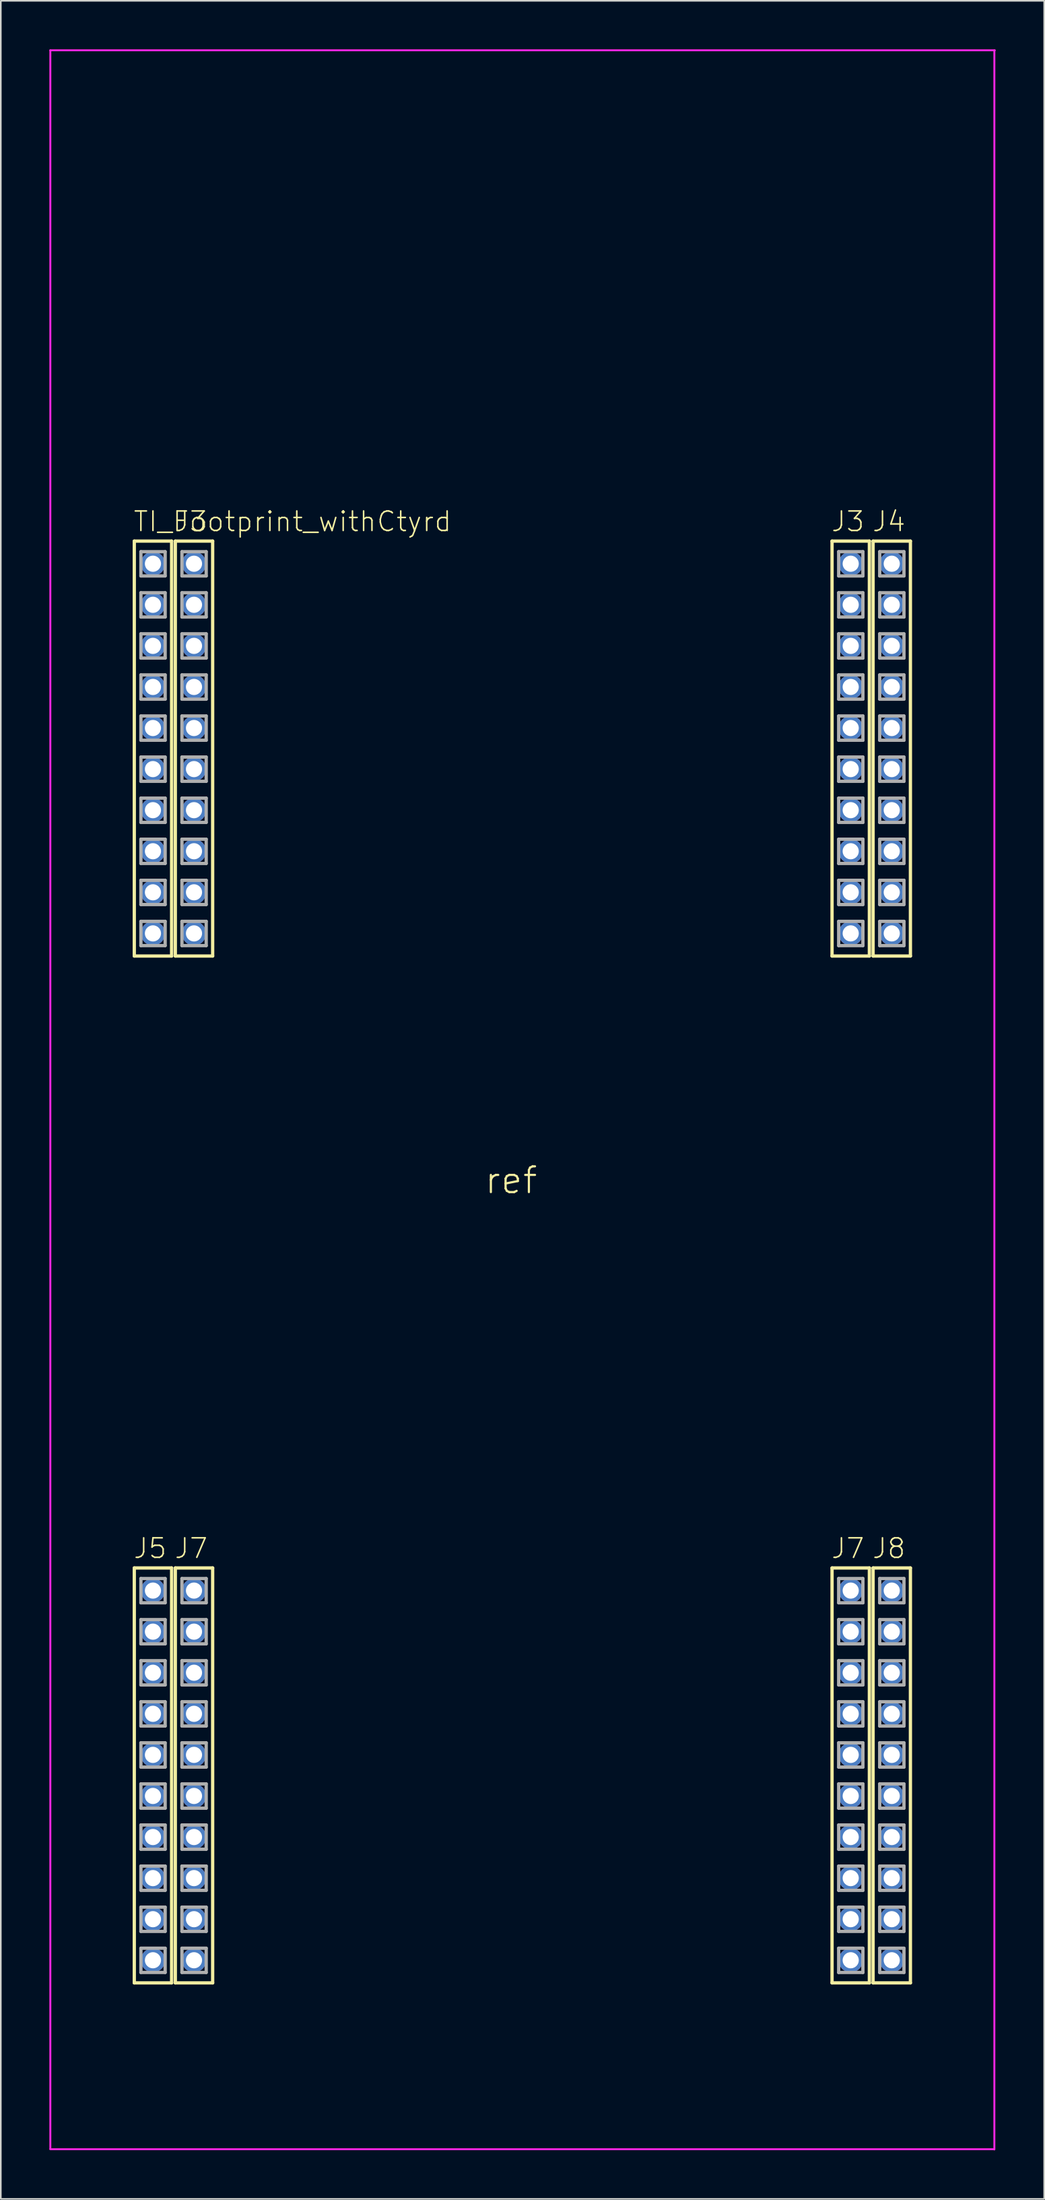
<source format=kicad_pcb>
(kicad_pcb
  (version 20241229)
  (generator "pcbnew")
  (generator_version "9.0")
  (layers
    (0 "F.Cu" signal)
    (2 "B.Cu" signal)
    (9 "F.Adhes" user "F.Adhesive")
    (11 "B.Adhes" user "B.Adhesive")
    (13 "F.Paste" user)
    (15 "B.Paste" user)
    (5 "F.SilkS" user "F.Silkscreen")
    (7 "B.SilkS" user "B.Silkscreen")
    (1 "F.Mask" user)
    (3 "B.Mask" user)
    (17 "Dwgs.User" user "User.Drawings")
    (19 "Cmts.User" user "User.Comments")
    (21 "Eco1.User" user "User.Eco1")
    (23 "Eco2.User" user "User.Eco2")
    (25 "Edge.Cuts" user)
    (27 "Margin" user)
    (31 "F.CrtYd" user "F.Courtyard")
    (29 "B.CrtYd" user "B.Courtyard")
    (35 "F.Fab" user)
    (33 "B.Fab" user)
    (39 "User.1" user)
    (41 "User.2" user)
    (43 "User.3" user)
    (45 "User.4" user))
  (footprint "TI_Footprint_withCtyrd"
    (layer "F.Cu")
    (at 5.26 56.069)
    (property "Reference" "TI_Footprint_withCtyrd" (at -0.115 -26.164 180) (layer "F.SilkS") (effects (font (size 1.206 1.206) (thickness 0.097)) (justify left bottom)))
    (attr through_hole)
    (fp_line (start 0 -25.658) (end 2.31 -25.658) (stroke (width 0.203) (type solid)) (layer "F.SilkS"))
    (fp_line (start 0 0) (end 0 -25.658) (stroke (width 0.203) (type solid)) (layer "F.SilkS"))
    (fp_line (start 0 37.842) (end 2.31 37.842) (stroke (width 0.203) (type solid)) (layer "F.SilkS"))
    (fp_line (start 0 63.5) (end 0 37.842) (stroke (width 0.203) (type solid)) (layer "F.SilkS"))
    (fp_line (start 2.31 -25.658) (end 2.31 0) (stroke (width 0.203) (type solid)) (layer "F.SilkS"))
    (fp_line (start 2.31 0) (end 0 0) (stroke (width 0.203) (type solid)) (layer "F.SilkS"))
    (fp_line (start 2.31 37.842) (end 2.31 63.5) (stroke (width 0.203) (type solid)) (layer "F.SilkS"))
    (fp_line (start 2.31 63.5) (end 0 63.5) (stroke (width 0.203) (type solid)) (layer "F.SilkS"))
    (fp_line (start 2.54 -25.658) (end 4.85 -25.658) (stroke (width 0.203) (type solid)) (layer "F.SilkS"))
    (fp_line (start 2.54 0) (end 2.54 -25.658) (stroke (width 0.203) (type solid)) (layer "F.SilkS"))
    (fp_line (start 2.54 37.842) (end 4.85 37.842) (stroke (width 0.203) (type solid)) (layer "F.SilkS"))
    (fp_line (start 2.54 63.5) (end 2.54 37.842) (stroke (width 0.203) (type solid)) (layer "F.SilkS"))
    (fp_line (start 4.85 -25.658) (end 4.85 0) (stroke (width 0.203) (type solid)) (layer "F.SilkS"))
    (fp_line (start 4.85 0) (end 2.54 0) (stroke (width 0.203) (type solid)) (layer "F.SilkS"))
    (fp_line (start 4.85 37.842) (end 4.85 63.5) (stroke (width 0.203) (type solid)) (layer "F.SilkS"))
    (fp_line (start 4.85 63.5) (end 2.54 63.5) (stroke (width 0.203) (type solid)) (layer "F.SilkS"))
    (fp_line (start 43.18 -25.658) (end 45.49 -25.658) (stroke (width 0.203) (type solid)) (layer "F.SilkS"))
    (fp_line (start 43.18 0) (end 43.18 -25.658) (stroke (width 0.203) (type solid)) (layer "F.SilkS"))
    (fp_line (start 43.18 37.842) (end 45.49 37.842) (stroke (width 0.203) (type solid)) (layer "F.SilkS"))
    (fp_line (start 43.18 63.5) (end 43.18 37.842) (stroke (width 0.203) (type solid)) (layer "F.SilkS"))
    (fp_line (start 45.49 -25.658) (end 45.49 0) (stroke (width 0.203) (type solid)) (layer "F.SilkS"))
    (fp_line (start 45.49 0) (end 43.18 0) (stroke (width 0.203) (type solid)) (layer "F.SilkS"))
    (fp_line (start 45.49 37.842) (end 45.49 63.5) (stroke (width 0.203) (type solid)) (layer "F.SilkS"))
    (fp_line (start 45.49 63.5) (end 43.18 63.5) (stroke (width 0.203) (type solid)) (layer "F.SilkS"))
    (fp_line (start 45.72 -25.658) (end 48.03 -25.658) (stroke (width 0.203) (type solid)) (layer "F.SilkS"))
    (fp_line (start 45.72 0) (end 45.72 -25.658) (stroke (width 0.203) (type solid)) (layer "F.SilkS"))
    (fp_line (start 45.72 37.842) (end 48.03 37.842) (stroke (width 0.203) (type solid)) (layer "F.SilkS"))
    (fp_line (start 45.72 63.5) (end 45.72 37.842) (stroke (width 0.203) (type solid)) (layer "F.SilkS"))
    (fp_line (start 48.03 -25.658) (end 48.03 0) (stroke (width 0.203) (type solid)) (layer "F.SilkS"))
    (fp_line (start 48.03 0) (end 45.72 0) (stroke (width 0.203) (type solid)) (layer "F.SilkS"))
    (fp_line (start 48.03 37.842) (end 48.03 63.5) (stroke (width 0.203) (type solid)) (layer "F.SilkS"))
    (fp_line (start 48.03 63.5) (end 45.72 63.5) (stroke (width 0.203) (type solid)) (layer "F.SilkS"))
    (fp_line (start -5.2 -56.009) (end 53.25 -56.009) (stroke (width 0.12) (type solid)) (layer "F.CrtYd"))
    (fp_line (start -5.2 73.785) (end 53.2 73.785) (stroke (width 0.12) (type solid)) (layer "F.CrtYd"))
    (fp_line (start -5.195 -56) (end -5.195 73.75) (stroke (width 0.12) (type solid)) (layer "F.CrtYd"))
    (fp_line (start 53.225 -56) (end 53.225 73.8) (stroke (width 0.12) (type solid)) (layer "F.CrtYd"))
    (fp_line (start 0.41 -25.004) (end 1.91 -25.004) (stroke (width 0.203) (type solid)) (layer "F.Fab"))
    (fp_line (start 0.41 -23.504) (end 0.41 -25.004) (stroke (width 0.203) (type solid)) (layer "F.Fab"))
    (fp_line (start 0.41 -22.464) (end 1.91 -22.464) (stroke (width 0.203) (type solid)) (layer "F.Fab"))
    (fp_line (start 0.41 -20.964) (end 0.41 -22.464) (stroke (width 0.203) (type solid)) (layer "F.Fab"))
    (fp_line (start 0.41 -19.924) (end 1.91 -19.924) (stroke (width 0.203) (type solid)) (layer "F.Fab"))
    (fp_line (start 0.41 -18.424) (end 0.41 -19.924) (stroke (width 0.203) (type solid)) (layer "F.Fab"))
    (fp_line (start 0.41 -17.384) (end 1.91 -17.384) (stroke (width 0.203) (type solid)) (layer "F.Fab"))
    (fp_line (start 0.41 -15.884) (end 0.41 -17.384) (stroke (width 0.203) (type solid)) (layer "F.Fab"))
    (fp_line (start 0.41 -14.844) (end 1.91 -14.844) (stroke (width 0.203) (type solid)) (layer "F.Fab"))
    (fp_line (start 0.41 -13.344) (end 0.41 -14.844) (stroke (width 0.203) (type solid)) (layer "F.Fab"))
    (fp_line (start 0.41 -12.304) (end 1.91 -12.304) (stroke (width 0.203) (type solid)) (layer "F.Fab"))
    (fp_line (start 0.41 -10.804) (end 0.41 -12.304) (stroke (width 0.203) (type solid)) (layer "F.Fab"))
    (fp_line (start 0.41 -9.764) (end 1.91 -9.764) (stroke (width 0.203) (type solid)) (layer "F.Fab"))
    (fp_line (start 0.41 -8.264) (end 0.41 -9.764) (stroke (width 0.203) (type solid)) (layer "F.Fab"))
    (fp_line (start 0.41 -7.224) (end 1.91 -7.224) (stroke (width 0.203) (type solid)) (layer "F.Fab"))
    (fp_line (start 0.41 -5.724) (end 0.41 -7.224) (stroke (width 0.203) (type solid)) (layer "F.Fab"))
    (fp_line (start 0.41 -4.684) (end 1.91 -4.684) (stroke (width 0.203) (type solid)) (layer "F.Fab"))
    (fp_line (start 0.41 -3.184) (end 0.41 -4.684) (stroke (width 0.203) (type solid)) (layer "F.Fab"))
    (fp_line (start 0.41 -2.144) (end 1.91 -2.144) (stroke (width 0.203) (type solid)) (layer "F.Fab"))
    (fp_line (start 0.41 -0.644) (end 0.41 -2.144) (stroke (width 0.203) (type solid)) (layer "F.Fab"))
    (fp_line (start 0.41 38.496) (end 1.91 38.496) (stroke (width 0.203) (type solid)) (layer "F.Fab"))
    (fp_line (start 0.41 39.996) (end 0.41 38.496) (stroke (width 0.203) (type solid)) (layer "F.Fab"))
    (fp_line (start 0.41 41.036) (end 1.91 41.036) (stroke (width 0.203) (type solid)) (layer "F.Fab"))
    (fp_line (start 0.41 42.536) (end 0.41 41.036) (stroke (width 0.203) (type solid)) (layer "F.Fab"))
    (fp_line (start 0.41 43.576) (end 1.91 43.576) (stroke (width 0.203) (type solid)) (layer "F.Fab"))
    (fp_line (start 0.41 45.076) (end 0.41 43.576) (stroke (width 0.203) (type solid)) (layer "F.Fab"))
    (fp_line (start 0.41 46.116) (end 1.91 46.116) (stroke (width 0.203) (type solid)) (layer "F.Fab"))
    (fp_line (start 0.41 47.616) (end 0.41 46.116) (stroke (width 0.203) (type solid)) (layer "F.Fab"))
    (fp_line (start 0.41 48.656) (end 1.91 48.656) (stroke (width 0.203) (type solid)) (layer "F.Fab"))
    (fp_line (start 0.41 50.156) (end 0.41 48.656) (stroke (width 0.203) (type solid)) (layer "F.Fab"))
    (fp_line (start 0.41 51.196) (end 1.91 51.196) (stroke (width 0.203) (type solid)) (layer "F.Fab"))
    (fp_line (start 0.41 52.696) (end 0.41 51.196) (stroke (width 0.203) (type solid)) (layer "F.Fab"))
    (fp_line (start 0.41 53.736) (end 1.91 53.736) (stroke (width 0.203) (type solid)) (layer "F.Fab"))
    (fp_line (start 0.41 55.236) (end 0.41 53.736) (stroke (width 0.203) (type solid)) (layer "F.Fab"))
    (fp_line (start 0.41 56.276) (end 1.91 56.276) (stroke (width 0.203) (type solid)) (layer "F.Fab"))
    (fp_line (start 0.41 57.776) (end 0.41 56.276) (stroke (width 0.203) (type solid)) (layer "F.Fab"))
    (fp_line (start 0.41 58.816) (end 1.91 58.816) (stroke (width 0.203) (type solid)) (layer "F.Fab"))
    (fp_line (start 0.41 60.316) (end 0.41 58.816) (stroke (width 0.203) (type solid)) (layer "F.Fab"))
    (fp_line (start 0.41 61.356) (end 1.91 61.356) (stroke (width 0.203) (type solid)) (layer "F.Fab"))
    (fp_line (start 0.41 62.856) (end 0.41 61.356) (stroke (width 0.203) (type solid)) (layer "F.Fab"))
    (fp_line (start 1.91 -25.004) (end 1.91 -23.504) (stroke (width 0.203) (type solid)) (layer "F.Fab"))
    (fp_line (start 1.91 -23.504) (end 0.41 -23.504) (stroke (width 0.203) (type solid)) (layer "F.Fab"))
    (fp_line (start 1.91 -22.464) (end 1.91 -20.964) (stroke (width 0.203) (type solid)) (layer "F.Fab"))
    (fp_line (start 1.91 -20.964) (end 0.41 -20.964) (stroke (width 0.203) (type solid)) (layer "F.Fab"))
    (fp_line (start 1.91 -19.924) (end 1.91 -18.424) (stroke (width 0.203) (type solid)) (layer "F.Fab"))
    (fp_line (start 1.91 -18.424) (end 0.41 -18.424) (stroke (width 0.203) (type solid)) (layer "F.Fab"))
    (fp_line (start 1.91 -17.384) (end 1.91 -15.884) (stroke (width 0.203) (type solid)) (layer "F.Fab"))
    (fp_line (start 1.91 -15.884) (end 0.41 -15.884) (stroke (width 0.203) (type solid)) (layer "F.Fab"))
    (fp_line (start 1.91 -14.844) (end 1.91 -13.344) (stroke (width 0.203) (type solid)) (layer "F.Fab"))
    (fp_line (start 1.91 -13.344) (end 0.41 -13.344) (stroke (width 0.203) (type solid)) (layer "F.Fab"))
    (fp_line (start 1.91 -12.304) (end 1.91 -10.804) (stroke (width 0.203) (type solid)) (layer "F.Fab"))
    (fp_line (start 1.91 -10.804) (end 0.41 -10.804) (stroke (width 0.203) (type solid)) (layer "F.Fab"))
    (fp_line (start 1.91 -9.764) (end 1.91 -8.264) (stroke (width 0.203) (type solid)) (layer "F.Fab"))
    (fp_line (start 1.91 -8.264) (end 0.41 -8.264) (stroke (width 0.203) (type solid)) (layer "F.Fab"))
    (fp_line (start 1.91 -7.224) (end 1.91 -5.724) (stroke (width 0.203) (type solid)) (layer "F.Fab"))
    (fp_line (start 1.91 -5.724) (end 0.41 -5.724) (stroke (width 0.203) (type solid)) (layer "F.Fab"))
    (fp_line (start 1.91 -4.684) (end 1.91 -3.184) (stroke (width 0.203) (type solid)) (layer "F.Fab"))
    (fp_line (start 1.91 -3.184) (end 0.41 -3.184) (stroke (width 0.203) (type solid)) (layer "F.Fab"))
    (fp_line (start 1.91 -2.144) (end 1.91 -0.644) (stroke (width 0.203) (type solid)) (layer "F.Fab"))
    (fp_line (start 1.91 -0.644) (end 0.41 -0.644) (stroke (width 0.203) (type solid)) (layer "F.Fab"))
    (fp_line (start 1.91 38.496) (end 1.91 39.996) (stroke (width 0.203) (type solid)) (layer "F.Fab"))
    (fp_line (start 1.91 39.996) (end 0.41 39.996) (stroke (width 0.203) (type solid)) (layer "F.Fab"))
    (fp_line (start 1.91 41.036) (end 1.91 42.536) (stroke (width 0.203) (type solid)) (layer "F.Fab"))
    (fp_line (start 1.91 42.536) (end 0.41 42.536) (stroke (width 0.203) (type solid)) (layer "F.Fab"))
    (fp_line (start 1.91 43.576) (end 1.91 45.076) (stroke (width 0.203) (type solid)) (layer "F.Fab"))
    (fp_line (start 1.91 45.076) (end 0.41 45.076) (stroke (width 0.203) (type solid)) (layer "F.Fab"))
    (fp_line (start 1.91 46.116) (end 1.91 47.616) (stroke (width 0.203) (type solid)) (layer "F.Fab"))
    (fp_line (start 1.91 47.616) (end 0.41 47.616) (stroke (width 0.203) (type solid)) (layer "F.Fab"))
    (fp_line (start 1.91 48.656) (end 1.91 50.156) (stroke (width 0.203) (type solid)) (layer "F.Fab"))
    (fp_line (start 1.91 50.156) (end 0.41 50.156) (stroke (width 0.203) (type solid)) (layer "F.Fab"))
    (fp_line (start 1.91 51.196) (end 1.91 52.696) (stroke (width 0.203) (type solid)) (layer "F.Fab"))
    (fp_line (start 1.91 52.696) (end 0.41 52.696) (stroke (width 0.203) (type solid)) (layer "F.Fab"))
    (fp_line (start 1.91 53.736) (end 1.91 55.236) (stroke (width 0.203) (type solid)) (layer "F.Fab"))
    (fp_line (start 1.91 55.236) (end 0.41 55.236) (stroke (width 0.203) (type solid)) (layer "F.Fab"))
    (fp_line (start 1.91 56.276) (end 1.91 57.776) (stroke (width 0.203) (type solid)) (layer "F.Fab"))
    (fp_line (start 1.91 57.776) (end 0.41 57.776) (stroke (width 0.203) (type solid)) (layer "F.Fab"))
    (fp_line (start 1.91 58.816) (end 1.91 60.316) (stroke (width 0.203) (type solid)) (layer "F.Fab"))
    (fp_line (start 1.91 60.316) (end 0.41 60.316) (stroke (width 0.203) (type solid)) (layer "F.Fab"))
    (fp_line (start 1.91 61.356) (end 1.91 62.856) (stroke (width 0.203) (type solid)) (layer "F.Fab"))
    (fp_line (start 1.91 62.856) (end 0.41 62.856) (stroke (width 0.203) (type solid)) (layer "F.Fab"))
    (fp_line (start 2.95 -25.004) (end 4.45 -25.004) (stroke (width 0.203) (type solid)) (layer "F.Fab"))
    (fp_line (start 2.95 -23.504) (end 2.95 -25.004) (stroke (width 0.203) (type solid)) (layer "F.Fab"))
    (fp_line (start 2.95 -22.464) (end 4.45 -22.464) (stroke (width 0.203) (type solid)) (layer "F.Fab"))
    (fp_line (start 2.95 -20.964) (end 2.95 -22.464) (stroke (width 0.203) (type solid)) (layer "F.Fab"))
    (fp_line (start 2.95 -19.924) (end 4.45 -19.924) (stroke (width 0.203) (type solid)) (layer "F.Fab"))
    (fp_line (start 2.95 -18.424) (end 2.95 -19.924) (stroke (width 0.203) (type solid)) (layer "F.Fab"))
    (fp_line (start 2.95 -17.384) (end 4.45 -17.384) (stroke (width 0.203) (type solid)) (layer "F.Fab"))
    (fp_line (start 2.95 -15.884) (end 2.95 -17.384) (stroke (width 0.203) (type solid)) (layer "F.Fab"))
    (fp_line (start 2.95 -14.844) (end 4.45 -14.844) (stroke (width 0.203) (type solid)) (layer "F.Fab"))
    (fp_line (start 2.95 -13.344) (end 2.95 -14.844) (stroke (width 0.203) (type solid)) (layer "F.Fab"))
    (fp_line (start 2.95 -12.304) (end 4.45 -12.304) (stroke (width 0.203) (type solid)) (layer "F.Fab"))
    (fp_line (start 2.95 -10.804) (end 2.95 -12.304) (stroke (width 0.203) (type solid)) (layer "F.Fab"))
    (fp_line (start 2.95 -9.764) (end 4.45 -9.764) (stroke (width 0.203) (type solid)) (layer "F.Fab"))
    (fp_line (start 2.95 -8.264) (end 2.95 -9.764) (stroke (width 0.203) (type solid)) (layer "F.Fab"))
    (fp_line (start 2.95 -7.224) (end 4.45 -7.224) (stroke (width 0.203) (type solid)) (layer "F.Fab"))
    (fp_line (start 2.95 -5.724) (end 2.95 -7.224) (stroke (width 0.203) (type solid)) (layer "F.Fab"))
    (fp_line (start 2.95 -4.684) (end 4.45 -4.684) (stroke (width 0.203) (type solid)) (layer "F.Fab"))
    (fp_line (start 2.95 -3.184) (end 2.95 -4.684) (stroke (width 0.203) (type solid)) (layer "F.Fab"))
    (fp_line (start 2.95 -2.144) (end 4.45 -2.144) (stroke (width 0.203) (type solid)) (layer "F.Fab"))
    (fp_line (start 2.95 -0.644) (end 2.95 -2.144) (stroke (width 0.203) (type solid)) (layer "F.Fab"))
    (fp_line (start 2.95 38.496) (end 4.45 38.496) (stroke (width 0.203) (type solid)) (layer "F.Fab"))
    (fp_line (start 2.95 39.996) (end 2.95 38.496) (stroke (width 0.203) (type solid)) (layer "F.Fab"))
    (fp_line (start 2.95 41.036) (end 4.45 41.036) (stroke (width 0.203) (type solid)) (layer "F.Fab"))
    (fp_line (start 2.95 42.536) (end 2.95 41.036) (stroke (width 0.203) (type solid)) (layer "F.Fab"))
    (fp_line (start 2.95 43.576) (end 4.45 43.576) (stroke (width 0.203) (type solid)) (layer "F.Fab"))
    (fp_line (start 2.95 45.076) (end 2.95 43.576) (stroke (width 0.203) (type solid)) (layer "F.Fab"))
    (fp_line (start 2.95 46.116) (end 4.45 46.116) (stroke (width 0.203) (type solid)) (layer "F.Fab"))
    (fp_line (start 2.95 47.616) (end 2.95 46.116) (stroke (width 0.203) (type solid)) (layer "F.Fab"))
    (fp_line (start 2.95 48.656) (end 4.45 48.656) (stroke (width 0.203) (type solid)) (layer "F.Fab"))
    (fp_line (start 2.95 50.156) (end 2.95 48.656) (stroke (width 0.203) (type solid)) (layer "F.Fab"))
    (fp_line (start 2.95 51.196) (end 4.45 51.196) (stroke (width 0.203) (type solid)) (layer "F.Fab"))
    (fp_line (start 2.95 52.696) (end 2.95 51.196) (stroke (width 0.203) (type solid)) (layer "F.Fab"))
    (fp_line (start 2.95 53.736) (end 4.45 53.736) (stroke (width 0.203) (type solid)) (layer "F.Fab"))
    (fp_line (start 2.95 55.236) (end 2.95 53.736) (stroke (width 0.203) (type solid)) (layer "F.Fab"))
    (fp_line (start 2.95 56.276) (end 4.45 56.276) (stroke (width 0.203) (type solid)) (layer "F.Fab"))
    (fp_line (start 2.95 57.776) (end 2.95 56.276) (stroke (width 0.203) (type solid)) (layer "F.Fab"))
    (fp_line (start 2.95 58.816) (end 4.45 58.816) (stroke (width 0.203) (type solid)) (layer "F.Fab"))
    (fp_line (start 2.95 60.316) (end 2.95 58.816) (stroke (width 0.203) (type solid)) (layer "F.Fab"))
    (fp_line (start 2.95 61.356) (end 4.45 61.356) (stroke (width 0.203) (type solid)) (layer "F.Fab"))
    (fp_line (start 2.95 62.856) (end 2.95 61.356) (stroke (width 0.203) (type solid)) (layer "F.Fab"))
    (fp_line (start 4.45 -25.004) (end 4.45 -23.504) (stroke (width 0.203) (type solid)) (layer "F.Fab"))
    (fp_line (start 4.45 -23.504) (end 2.95 -23.504) (stroke (width 0.203) (type solid)) (layer "F.Fab"))
    (fp_line (start 4.45 -22.464) (end 4.45 -20.964) (stroke (width 0.203) (type solid)) (layer "F.Fab"))
    (fp_line (start 4.45 -20.964) (end 2.95 -20.964) (stroke (width 0.203) (type solid)) (layer "F.Fab"))
    (fp_line (start 4.45 -19.924) (end 4.45 -18.424) (stroke (width 0.203) (type solid)) (layer "F.Fab"))
    (fp_line (start 4.45 -18.424) (end 2.95 -18.424) (stroke (width 0.203) (type solid)) (layer "F.Fab"))
    (fp_line (start 4.45 -17.384) (end 4.45 -15.884) (stroke (width 0.203) (type solid)) (layer "F.Fab"))
    (fp_line (start 4.45 -15.884) (end 2.95 -15.884) (stroke (width 0.203) (type solid)) (layer "F.Fab"))
    (fp_line (start 4.45 -14.844) (end 4.45 -13.344) (stroke (width 0.203) (type solid)) (layer "F.Fab"))
    (fp_line (start 4.45 -13.344) (end 2.95 -13.344) (stroke (width 0.203) (type solid)) (layer "F.Fab"))
    (fp_line (start 4.45 -12.304) (end 4.45 -10.804) (stroke (width 0.203) (type solid)) (layer "F.Fab"))
    (fp_line (start 4.45 -10.804) (end 2.95 -10.804) (stroke (width 0.203) (type solid)) (layer "F.Fab"))
    (fp_line (start 4.45 -9.764) (end 4.45 -8.264) (stroke (width 0.203) (type solid)) (layer "F.Fab"))
    (fp_line (start 4.45 -8.264) (end 2.95 -8.264) (stroke (width 0.203) (type solid)) (layer "F.Fab"))
    (fp_line (start 4.45 -7.224) (end 4.45 -5.724) (stroke (width 0.203) (type solid)) (layer "F.Fab"))
    (fp_line (start 4.45 -5.724) (end 2.95 -5.724) (stroke (width 0.203) (type solid)) (layer "F.Fab"))
    (fp_line (start 4.45 -4.684) (end 4.45 -3.184) (stroke (width 0.203) (type solid)) (layer "F.Fab"))
    (fp_line (start 4.45 -3.184) (end 2.95 -3.184) (stroke (width 0.203) (type solid)) (layer "F.Fab"))
    (fp_line (start 4.45 -2.144) (end 4.45 -0.644) (stroke (width 0.203) (type solid)) (layer "F.Fab"))
    (fp_line (start 4.45 -0.644) (end 2.95 -0.644) (stroke (width 0.203) (type solid)) (layer "F.Fab"))
    (fp_line (start 4.45 38.496) (end 4.45 39.996) (stroke (width 0.203) (type solid)) (layer "F.Fab"))
    (fp_line (start 4.45 39.996) (end 2.95 39.996) (stroke (width 0.203) (type solid)) (layer "F.Fab"))
    (fp_line (start 4.45 41.036) (end 4.45 42.536) (stroke (width 0.203) (type solid)) (layer "F.Fab"))
    (fp_line (start 4.45 42.536) (end 2.95 42.536) (stroke (width 0.203) (type solid)) (layer "F.Fab"))
    (fp_line (start 4.45 43.576) (end 4.45 45.076) (stroke (width 0.203) (type solid)) (layer "F.Fab"))
    (fp_line (start 4.45 45.076) (end 2.95 45.076) (stroke (width 0.203) (type solid)) (layer "F.Fab"))
    (fp_line (start 4.45 46.116) (end 4.45 47.616) (stroke (width 0.203) (type solid)) (layer "F.Fab"))
    (fp_line (start 4.45 47.616) (end 2.95 47.616) (stroke (width 0.203) (type solid)) (layer "F.Fab"))
    (fp_line (start 4.45 48.656) (end 4.45 50.156) (stroke (width 0.203) (type solid)) (layer "F.Fab"))
    (fp_line (start 4.45 50.156) (end 2.95 50.156) (stroke (width 0.203) (type solid)) (layer "F.Fab"))
    (fp_line (start 4.45 51.196) (end 4.45 52.696) (stroke (width 0.203) (type solid)) (layer "F.Fab"))
    (fp_line (start 4.45 52.696) (end 2.95 52.696) (stroke (width 0.203) (type solid)) (layer "F.Fab"))
    (fp_line (start 4.45 53.736) (end 4.45 55.236) (stroke (width 0.203) (type solid)) (layer "F.Fab"))
    (fp_line (start 4.45 55.236) (end 2.95 55.236) (stroke (width 0.203) (type solid)) (layer "F.Fab"))
    (fp_line (start 4.45 56.276) (end 4.45 57.776) (stroke (width 0.203) (type solid)) (layer "F.Fab"))
    (fp_line (start 4.45 57.776) (end 2.95 57.776) (stroke (width 0.203) (type solid)) (layer "F.Fab"))
    (fp_line (start 4.45 58.816) (end 4.45 60.316) (stroke (width 0.203) (type solid)) (layer "F.Fab"))
    (fp_line (start 4.45 60.316) (end 2.95 60.316) (stroke (width 0.203) (type solid)) (layer "F.Fab"))
    (fp_line (start 4.45 61.356) (end 4.45 62.856) (stroke (width 0.203) (type solid)) (layer "F.Fab"))
    (fp_line (start 4.45 62.856) (end 2.95 62.856) (stroke (width 0.203) (type solid)) (layer "F.Fab"))
    (fp_line (start 43.59 -25.004) (end 45.09 -25.004) (stroke (width 0.203) (type solid)) (layer "F.Fab"))
    (fp_line (start 43.59 -23.504) (end 43.59 -25.004) (stroke (width 0.203) (type solid)) (layer "F.Fab"))
    (fp_line (start 43.59 -22.464) (end 45.09 -22.464) (stroke (width 0.203) (type solid)) (layer "F.Fab"))
    (fp_line (start 43.59 -20.964) (end 43.59 -22.464) (stroke (width 0.203) (type solid)) (layer "F.Fab"))
    (fp_line (start 43.59 -19.924) (end 45.09 -19.924) (stroke (width 0.203) (type solid)) (layer "F.Fab"))
    (fp_line (start 43.59 -18.424) (end 43.59 -19.924) (stroke (width 0.203) (type solid)) (layer "F.Fab"))
    (fp_line (start 43.59 -17.384) (end 45.09 -17.384) (stroke (width 0.203) (type solid)) (layer "F.Fab"))
    (fp_line (start 43.59 -15.884) (end 43.59 -17.384) (stroke (width 0.203) (type solid)) (layer "F.Fab"))
    (fp_line (start 43.59 -14.844) (end 45.09 -14.844) (stroke (width 0.203) (type solid)) (layer "F.Fab"))
    (fp_line (start 43.59 -13.344) (end 43.59 -14.844) (stroke (width 0.203) (type solid)) (layer "F.Fab"))
    (fp_line (start 43.59 -12.304) (end 45.09 -12.304) (stroke (width 0.203) (type solid)) (layer "F.Fab"))
    (fp_line (start 43.59 -10.804) (end 43.59 -12.304) (stroke (width 0.203) (type solid)) (layer "F.Fab"))
    (fp_line (start 43.59 -9.764) (end 45.09 -9.764) (stroke (width 0.203) (type solid)) (layer "F.Fab"))
    (fp_line (start 43.59 -8.264) (end 43.59 -9.764) (stroke (width 0.203) (type solid)) (layer "F.Fab"))
    (fp_line (start 43.59 -7.224) (end 45.09 -7.224) (stroke (width 0.203) (type solid)) (layer "F.Fab"))
    (fp_line (start 43.59 -5.724) (end 43.59 -7.224) (stroke (width 0.203) (type solid)) (layer "F.Fab"))
    (fp_line (start 43.59 -4.684) (end 45.09 -4.684) (stroke (width 0.203) (type solid)) (layer "F.Fab"))
    (fp_line (start 43.59 -3.184) (end 43.59 -4.684) (stroke (width 0.203) (type solid)) (layer "F.Fab"))
    (fp_line (start 43.59 -2.144) (end 45.09 -2.144) (stroke (width 0.203) (type solid)) (layer "F.Fab"))
    (fp_line (start 43.59 -0.644) (end 43.59 -2.144) (stroke (width 0.203) (type solid)) (layer "F.Fab"))
    (fp_line (start 43.59 38.496) (end 45.09 38.496) (stroke (width 0.203) (type solid)) (layer "F.Fab"))
    (fp_line (start 43.59 39.996) (end 43.59 38.496) (stroke (width 0.203) (type solid)) (layer "F.Fab"))
    (fp_line (start 43.59 41.036) (end 45.09 41.036) (stroke (width 0.203) (type solid)) (layer "F.Fab"))
    (fp_line (start 43.59 42.536) (end 43.59 41.036) (stroke (width 0.203) (type solid)) (layer "F.Fab"))
    (fp_line (start 43.59 43.576) (end 45.09 43.576) (stroke (width 0.203) (type solid)) (layer "F.Fab"))
    (fp_line (start 43.59 45.076) (end 43.59 43.576) (stroke (width 0.203) (type solid)) (layer "F.Fab"))
    (fp_line (start 43.59 46.116) (end 45.09 46.116) (stroke (width 0.203) (type solid)) (layer "F.Fab"))
    (fp_line (start 43.59 47.616) (end 43.59 46.116) (stroke (width 0.203) (type solid)) (layer "F.Fab"))
    (fp_line (start 43.59 48.656) (end 45.09 48.656) (stroke (width 0.203) (type solid)) (layer "F.Fab"))
    (fp_line (start 43.59 50.156) (end 43.59 48.656) (stroke (width 0.203) (type solid)) (layer "F.Fab"))
    (fp_line (start 43.59 51.196) (end 45.09 51.196) (stroke (width 0.203) (type solid)) (layer "F.Fab"))
    (fp_line (start 43.59 52.696) (end 43.59 51.196) (stroke (width 0.203) (type solid)) (layer "F.Fab"))
    (fp_line (start 43.59 53.736) (end 45.09 53.736) (stroke (width 0.203) (type solid)) (layer "F.Fab"))
    (fp_line (start 43.59 55.236) (end 43.59 53.736) (stroke (width 0.203) (type solid)) (layer "F.Fab"))
    (fp_line (start 43.59 56.276) (end 45.09 56.276) (stroke (width 0.203) (type solid)) (layer "F.Fab"))
    (fp_line (start 43.59 57.776) (end 43.59 56.276) (stroke (width 0.203) (type solid)) (layer "F.Fab"))
    (fp_line (start 43.59 58.816) (end 45.09 58.816) (stroke (width 0.203) (type solid)) (layer "F.Fab"))
    (fp_line (start 43.59 60.316) (end 43.59 58.816) (stroke (width 0.203) (type solid)) (layer "F.Fab"))
    (fp_line (start 43.59 61.356) (end 45.09 61.356) (stroke (width 0.203) (type solid)) (layer "F.Fab"))
    (fp_line (start 43.59 62.856) (end 43.59 61.356) (stroke (width 0.203) (type solid)) (layer "F.Fab"))
    (fp_line (start 45.09 -25.004) (end 45.09 -23.504) (stroke (width 0.203) (type solid)) (layer "F.Fab"))
    (fp_line (start 45.09 -23.504) (end 43.59 -23.504) (stroke (width 0.203) (type solid)) (layer "F.Fab"))
    (fp_line (start 45.09 -22.464) (end 45.09 -20.964) (stroke (width 0.203) (type solid)) (layer "F.Fab"))
    (fp_line (start 45.09 -20.964) (end 43.59 -20.964) (stroke (width 0.203) (type solid)) (layer "F.Fab"))
    (fp_line (start 45.09 -19.924) (end 45.09 -18.424) (stroke (width 0.203) (type solid)) (layer "F.Fab"))
    (fp_line (start 45.09 -18.424) (end 43.59 -18.424) (stroke (width 0.203) (type solid)) (layer "F.Fab"))
    (fp_line (start 45.09 -17.384) (end 45.09 -15.884) (stroke (width 0.203) (type solid)) (layer "F.Fab"))
    (fp_line (start 45.09 -15.884) (end 43.59 -15.884) (stroke (width 0.203) (type solid)) (layer "F.Fab"))
    (fp_line (start 45.09 -14.844) (end 45.09 -13.344) (stroke (width 0.203) (type solid)) (layer "F.Fab"))
    (fp_line (start 45.09 -13.344) (end 43.59 -13.344) (stroke (width 0.203) (type solid)) (layer "F.Fab"))
    (fp_line (start 45.09 -12.304) (end 45.09 -10.804) (stroke (width 0.203) (type solid)) (layer "F.Fab"))
    (fp_line (start 45.09 -10.804) (end 43.59 -10.804) (stroke (width 0.203) (type solid)) (layer "F.Fab"))
    (fp_line (start 45.09 -9.764) (end 45.09 -8.264) (stroke (width 0.203) (type solid)) (layer "F.Fab"))
    (fp_line (start 45.09 -8.264) (end 43.59 -8.264) (stroke (width 0.203) (type solid)) (layer "F.Fab"))
    (fp_line (start 45.09 -7.224) (end 45.09 -5.724) (stroke (width 0.203) (type solid)) (layer "F.Fab"))
    (fp_line (start 45.09 -5.724) (end 43.59 -5.724) (stroke (width 0.203) (type solid)) (layer "F.Fab"))
    (fp_line (start 45.09 -4.684) (end 45.09 -3.184) (stroke (width 0.203) (type solid)) (layer "F.Fab"))
    (fp_line (start 45.09 -3.184) (end 43.59 -3.184) (stroke (width 0.203) (type solid)) (layer "F.Fab"))
    (fp_line (start 45.09 -2.144) (end 45.09 -0.644) (stroke (width 0.203) (type solid)) (layer "F.Fab"))
    (fp_line (start 45.09 -0.644) (end 43.59 -0.644) (stroke (width 0.203) (type solid)) (layer "F.Fab"))
    (fp_line (start 45.09 38.496) (end 45.09 39.996) (stroke (width 0.203) (type solid)) (layer "F.Fab"))
    (fp_line (start 45.09 39.996) (end 43.59 39.996) (stroke (width 0.203) (type solid)) (layer "F.Fab"))
    (fp_line (start 45.09 41.036) (end 45.09 42.536) (stroke (width 0.203) (type solid)) (layer "F.Fab"))
    (fp_line (start 45.09 42.536) (end 43.59 42.536) (stroke (width 0.203) (type solid)) (layer "F.Fab"))
    (fp_line (start 45.09 43.576) (end 45.09 45.076) (stroke (width 0.203) (type solid)) (layer "F.Fab"))
    (fp_line (start 45.09 45.076) (end 43.59 45.076) (stroke (width 0.203) (type solid)) (layer "F.Fab"))
    (fp_line (start 45.09 46.116) (end 45.09 47.616) (stroke (width 0.203) (type solid)) (layer "F.Fab"))
    (fp_line (start 45.09 47.616) (end 43.59 47.616) (stroke (width 0.203) (type solid)) (layer "F.Fab"))
    (fp_line (start 45.09 48.656) (end 45.09 50.156) (stroke (width 0.203) (type solid)) (layer "F.Fab"))
    (fp_line (start 45.09 50.156) (end 43.59 50.156) (stroke (width 0.203) (type solid)) (layer "F.Fab"))
    (fp_line (start 45.09 51.196) (end 45.09 52.696) (stroke (width 0.203) (type solid)) (layer "F.Fab"))
    (fp_line (start 45.09 52.696) (end 43.59 52.696) (stroke (width 0.203) (type solid)) (layer "F.Fab"))
    (fp_line (start 45.09 53.736) (end 45.09 55.236) (stroke (width 0.203) (type solid)) (layer "F.Fab"))
    (fp_line (start 45.09 55.236) (end 43.59 55.236) (stroke (width 0.203) (type solid)) (layer "F.Fab"))
    (fp_line (start 45.09 56.276) (end 45.09 57.776) (stroke (width 0.203) (type solid)) (layer "F.Fab"))
    (fp_line (start 45.09 57.776) (end 43.59 57.776) (stroke (width 0.203) (type solid)) (layer "F.Fab"))
    (fp_line (start 45.09 58.816) (end 45.09 60.316) (stroke (width 0.203) (type solid)) (layer "F.Fab"))
    (fp_line (start 45.09 60.316) (end 43.59 60.316) (stroke (width 0.203) (type solid)) (layer "F.Fab"))
    (fp_line (start 45.09 61.356) (end 45.09 62.856) (stroke (width 0.203) (type solid)) (layer "F.Fab"))
    (fp_line (start 45.09 62.856) (end 43.59 62.856) (stroke (width 0.203) (type solid)) (layer "F.Fab"))
    (fp_line (start 46.13 -25.004) (end 47.63 -25.004) (stroke (width 0.203) (type solid)) (layer "F.Fab"))
    (fp_line (start 46.13 -23.504) (end 46.13 -25.004) (stroke (width 0.203) (type solid)) (layer "F.Fab"))
    (fp_line (start 46.13 -22.464) (end 47.63 -22.464) (stroke (width 0.203) (type solid)) (layer "F.Fab"))
    (fp_line (start 46.13 -20.964) (end 46.13 -22.464) (stroke (width 0.203) (type solid)) (layer "F.Fab"))
    (fp_line (start 46.13 -19.924) (end 47.63 -19.924) (stroke (width 0.203) (type solid)) (layer "F.Fab"))
    (fp_line (start 46.13 -18.424) (end 46.13 -19.924) (stroke (width 0.203) (type solid)) (layer "F.Fab"))
    (fp_line (start 46.13 -17.384) (end 47.63 -17.384) (stroke (width 0.203) (type solid)) (layer "F.Fab"))
    (fp_line (start 46.13 -15.884) (end 46.13 -17.384) (stroke (width 0.203) (type solid)) (layer "F.Fab"))
    (fp_line (start 46.13 -14.844) (end 47.63 -14.844) (stroke (width 0.203) (type solid)) (layer "F.Fab"))
    (fp_line (start 46.13 -13.344) (end 46.13 -14.844) (stroke (width 0.203) (type solid)) (layer "F.Fab"))
    (fp_line (start 46.13 -12.304) (end 47.63 -12.304) (stroke (width 0.203) (type solid)) (layer "F.Fab"))
    (fp_line (start 46.13 -10.804) (end 46.13 -12.304) (stroke (width 0.203) (type solid)) (layer "F.Fab"))
    (fp_line (start 46.13 -9.764) (end 47.63 -9.764) (stroke (width 0.203) (type solid)) (layer "F.Fab"))
    (fp_line (start 46.13 -8.264) (end 46.13 -9.764) (stroke (width 0.203) (type solid)) (layer "F.Fab"))
    (fp_line (start 46.13 -7.224) (end 47.63 -7.224) (stroke (width 0.203) (type solid)) (layer "F.Fab"))
    (fp_line (start 46.13 -5.724) (end 46.13 -7.224) (stroke (width 0.203) (type solid)) (layer "F.Fab"))
    (fp_line (start 46.13 -4.684) (end 47.63 -4.684) (stroke (width 0.203) (type solid)) (layer "F.Fab"))
    (fp_line (start 46.13 -3.184) (end 46.13 -4.684) (stroke (width 0.203) (type solid)) (layer "F.Fab"))
    (fp_line (start 46.13 -2.144) (end 47.63 -2.144) (stroke (width 0.203) (type solid)) (layer "F.Fab"))
    (fp_line (start 46.13 -0.644) (end 46.13 -2.144) (stroke (width 0.203) (type solid)) (layer "F.Fab"))
    (fp_line (start 46.13 38.496) (end 47.63 38.496) (stroke (width 0.203) (type solid)) (layer "F.Fab"))
    (fp_line (start 46.13 39.996) (end 46.13 38.496) (stroke (width 0.203) (type solid)) (layer "F.Fab"))
    (fp_line (start 46.13 41.036) (end 47.63 41.036) (stroke (width 0.203) (type solid)) (layer "F.Fab"))
    (fp_line (start 46.13 42.536) (end 46.13 41.036) (stroke (width 0.203) (type solid)) (layer "F.Fab"))
    (fp_line (start 46.13 43.576) (end 47.63 43.576) (stroke (width 0.203) (type solid)) (layer "F.Fab"))
    (fp_line (start 46.13 45.076) (end 46.13 43.576) (stroke (width 0.203) (type solid)) (layer "F.Fab"))
    (fp_line (start 46.13 46.116) (end 47.63 46.116) (stroke (width 0.203) (type solid)) (layer "F.Fab"))
    (fp_line (start 46.13 47.616) (end 46.13 46.116) (stroke (width 0.203) (type solid)) (layer "F.Fab"))
    (fp_line (start 46.13 48.656) (end 47.63 48.656) (stroke (width 0.203) (type solid)) (layer "F.Fab"))
    (fp_line (start 46.13 50.156) (end 46.13 48.656) (stroke (width 0.203) (type solid)) (layer "F.Fab"))
    (fp_line (start 46.13 51.196) (end 47.63 51.196) (stroke (width 0.203) (type solid)) (layer "F.Fab"))
    (fp_line (start 46.13 52.696) (end 46.13 51.196) (stroke (width 0.203) (type solid)) (layer "F.Fab"))
    (fp_line (start 46.13 53.736) (end 47.63 53.736) (stroke (width 0.203) (type solid)) (layer "F.Fab"))
    (fp_line (start 46.13 55.236) (end 46.13 53.736) (stroke (width 0.203) (type solid)) (layer "F.Fab"))
    (fp_line (start 46.13 56.276) (end 47.63 56.276) (stroke (width 0.203) (type solid)) (layer "F.Fab"))
    (fp_line (start 46.13 57.776) (end 46.13 56.276) (stroke (width 0.203) (type solid)) (layer "F.Fab"))
    (fp_line (start 46.13 58.816) (end 47.63 58.816) (stroke (width 0.203) (type solid)) (layer "F.Fab"))
    (fp_line (start 46.13 60.316) (end 46.13 58.816) (stroke (width 0.203) (type solid)) (layer "F.Fab"))
    (fp_line (start 46.13 61.356) (end 47.63 61.356) (stroke (width 0.203) (type solid)) (layer "F.Fab"))
    (fp_line (start 46.13 62.856) (end 46.13 61.356) (stroke (width 0.203) (type solid)) (layer "F.Fab"))
    (fp_line (start 47.63 -25.004) (end 47.63 -23.504) (stroke (width 0.203) (type solid)) (layer "F.Fab"))
    (fp_line (start 47.63 -23.504) (end 46.13 -23.504) (stroke (width 0.203) (type solid)) (layer "F.Fab"))
    (fp_line (start 47.63 -22.464) (end 47.63 -20.964) (stroke (width 0.203) (type solid)) (layer "F.Fab"))
    (fp_line (start 47.63 -20.964) (end 46.13 -20.964) (stroke (width 0.203) (type solid)) (layer "F.Fab"))
    (fp_line (start 47.63 -19.924) (end 47.63 -18.424) (stroke (width 0.203) (type solid)) (layer "F.Fab"))
    (fp_line (start 47.63 -18.424) (end 46.13 -18.424) (stroke (width 0.203) (type solid)) (layer "F.Fab"))
    (fp_line (start 47.63 -17.384) (end 47.63 -15.884) (stroke (width 0.203) (type solid)) (layer "F.Fab"))
    (fp_line (start 47.63 -15.884) (end 46.13 -15.884) (stroke (width 0.203) (type solid)) (layer "F.Fab"))
    (fp_line (start 47.63 -14.844) (end 47.63 -13.344) (stroke (width 0.203) (type solid)) (layer "F.Fab"))
    (fp_line (start 47.63 -13.344) (end 46.13 -13.344) (stroke (width 0.203) (type solid)) (layer "F.Fab"))
    (fp_line (start 47.63 -12.304) (end 47.63 -10.804) (stroke (width 0.203) (type solid)) (layer "F.Fab"))
    (fp_line (start 47.63 -10.804) (end 46.13 -10.804) (stroke (width 0.203) (type solid)) (layer "F.Fab"))
    (fp_line (start 47.63 -9.764) (end 47.63 -8.264) (stroke (width 0.203) (type solid)) (layer "F.Fab"))
    (fp_line (start 47.63 -8.264) (end 46.13 -8.264) (stroke (width 0.203) (type solid)) (layer "F.Fab"))
    (fp_line (start 47.63 -7.224) (end 47.63 -5.724) (stroke (width 0.203) (type solid)) (layer "F.Fab"))
    (fp_line (start 47.63 -5.724) (end 46.13 -5.724) (stroke (width 0.203) (type solid)) (layer "F.Fab"))
    (fp_line (start 47.63 -4.684) (end 47.63 -3.184) (stroke (width 0.203) (type solid)) (layer "F.Fab"))
    (fp_line (start 47.63 -3.184) (end 46.13 -3.184) (stroke (width 0.203) (type solid)) (layer "F.Fab"))
    (fp_line (start 47.63 -2.144) (end 47.63 -0.644) (stroke (width 0.203) (type solid)) (layer "F.Fab"))
    (fp_line (start 47.63 -0.644) (end 46.13 -0.644) (stroke (width 0.203) (type solid)) (layer "F.Fab"))
    (fp_line (start 47.63 38.496) (end 47.63 39.996) (stroke (width 0.203) (type solid)) (layer "F.Fab"))
    (fp_line (start 47.63 39.996) (end 46.13 39.996) (stroke (width 0.203) (type solid)) (layer "F.Fab"))
    (fp_line (start 47.63 41.036) (end 47.63 42.536) (stroke (width 0.203) (type solid)) (layer "F.Fab"))
    (fp_line (start 47.63 42.536) (end 46.13 42.536) (stroke (width 0.203) (type solid)) (layer "F.Fab"))
    (fp_line (start 47.63 43.576) (end 47.63 45.076) (stroke (width 0.203) (type solid)) (layer "F.Fab"))
    (fp_line (start 47.63 45.076) (end 46.13 45.076) (stroke (width 0.203) (type solid)) (layer "F.Fab"))
    (fp_line (start 47.63 46.116) (end 47.63 47.616) (stroke (width 0.203) (type solid)) (layer "F.Fab"))
    (fp_line (start 47.63 47.616) (end 46.13 47.616) (stroke (width 0.203) (type solid)) (layer "F.Fab"))
    (fp_line (start 47.63 48.656) (end 47.63 50.156) (stroke (width 0.203) (type solid)) (layer "F.Fab"))
    (fp_line (start 47.63 50.156) (end 46.13 50.156) (stroke (width 0.203) (type solid)) (layer "F.Fab"))
    (fp_line (start 47.63 51.196) (end 47.63 52.696) (stroke (width 0.203) (type solid)) (layer "F.Fab"))
    (fp_line (start 47.63 52.696) (end 46.13 52.696) (stroke (width 0.203) (type solid)) (layer "F.Fab"))
    (fp_line (start 47.63 53.736) (end 47.63 55.236) (stroke (width 0.203) (type solid)) (layer "F.Fab"))
    (fp_line (start 47.63 55.236) (end 46.13 55.236) (stroke (width 0.203) (type solid)) (layer "F.Fab"))
    (fp_line (start 47.63 56.276) (end 47.63 57.776) (stroke (width 0.203) (type solid)) (layer "F.Fab"))
    (fp_line (start 47.63 57.776) (end 46.13 57.776) (stroke (width 0.203) (type solid)) (layer "F.Fab"))
    (fp_line (start 47.63 58.816) (end 47.63 60.316) (stroke (width 0.203) (type solid)) (layer "F.Fab"))
    (fp_line (start 47.63 60.316) (end 46.13 60.316) (stroke (width 0.203) (type solid)) (layer "F.Fab"))
    (fp_line (start 47.63 61.356) (end 47.63 62.856) (stroke (width 0.203) (type solid)) (layer "F.Fab"))
    (fp_line (start 47.63 62.856) (end 46.13 62.856) (stroke (width 0.203) (type solid)) (layer "F.Fab"))
    (fp_text user "J3" (at 43.065 -26.164 180) (layer "F.SilkS") (effects (font (size 1.206 1.206) (thickness 0.097)) (justify left bottom)))
    (fp_text user "J7" (at 2.425 37.336 180) (layer "F.SilkS") (effects (font (size 1.206 1.206) (thickness 0.097)) (justify left bottom)))
    (fp_text user "J3" (at 2.425 -26.164 180) (layer "F.SilkS") (effects (font (size 1.206 1.206) (thickness 0.097)) (justify left bottom)))
    (fp_text user "ref" (at 21.6 14.8 0) (layer "F.SilkS") (effects (font (size 1.593 1.593) (thickness 0.134)) (justify left bottom)))
    (fp_text user "J8" (at 45.605 37.336 180) (layer "F.SilkS") (effects (font (size 1.206 1.206) (thickness 0.097)) (justify left bottom)))
    (fp_text user "J7" (at 43.065 37.336 180) (layer "F.SilkS") (effects (font (size 1.206 1.206) (thickness 0.097)) (justify left bottom)))
    (fp_text user "J5" (at -0.115 37.336 180) (layer "F.SilkS") (effects (font (size 1.206 1.206) (thickness 0.097)) (justify left bottom)))
    (fp_text user "J4" (at 45.605 -26.164 180) (layer "F.SilkS") (effects (font (size 1.206 1.206) (thickness 0.097)) (justify left bottom)))
    (pad "1" thru_hole circle (at 1.155 -24.259 270) (size 1.5 1.5) (drill 1) (layers "*.Cu" "*.Mask"))
    (pad "2" thru_hole circle (at 1.155 -21.719 270) (size 1.5 1.5) (drill 1) (layers "*.Cu" "*.Mask"))
    (pad "3" thru_hole circle (at 1.155 -19.179 270) (size 1.5 1.5) (drill 1) (layers "*.Cu" "*.Mask"))
    (pad "4" thru_hole circle (at 1.155 -16.639 270) (size 1.5 1.5) (drill 1) (layers "*.Cu" "*.Mask"))
    (pad "5" thru_hole circle (at 1.155 -14.099 270) (size 1.5 1.5) (drill 1) (layers "*.Cu" "*.Mask"))
    (pad "6" thru_hole circle (at 1.155 -11.559 270) (size 1.5 1.5) (drill 1) (layers "*.Cu" "*.Mask"))
    (pad "7" thru_hole circle (at 1.155 -9.019 270) (size 1.5 1.5) (drill 1) (layers "*.Cu" "*.Mask"))
    (pad "8" thru_hole circle (at 1.155 -6.479 270) (size 1.5 1.5) (drill 1) (layers "*.Cu" "*.Mask"))
    (pad "9" thru_hole circle (at 1.155 -3.939 270) (size 1.5 1.5) (drill 1) (layers "*.Cu" "*.Mask"))
    (pad "10" thru_hole circle (at 1.155 -1.399 270) (size 1.5 1.5) (drill 1) (layers "*.Cu" "*.Mask"))
    (pad "11" thru_hole circle (at 46.875 -1.399 270) (size 1.5 1.5) (drill 1) (layers "*.Cu" "*.Mask"))
    (pad "12" thru_hole circle (at 46.875 -3.939 270) (size 1.5 1.5) (drill 1) (layers "*.Cu" "*.Mask"))
    (pad "13" thru_hole circle (at 46.875 -6.479 270) (size 1.5 1.5) (drill 1) (layers "*.Cu" "*.Mask"))
    (pad "14" thru_hole circle (at 46.875 -9.019 270) (size 1.5 1.5) (drill 1) (layers "*.Cu" "*.Mask"))
    (pad "15" thru_hole circle (at 46.875 -11.559 270) (size 1.5 1.5) (drill 1) (layers "*.Cu" "*.Mask"))
    (pad "16" thru_hole circle (at 46.875 -14.099 270) (size 1.5 1.5) (drill 1) (layers "*.Cu" "*.Mask"))
    (pad "17" thru_hole circle (at 46.875 -16.639 270) (size 1.5 1.5) (drill 1) (layers "*.Cu" "*.Mask"))
    (pad "18" thru_hole circle (at 46.875 -19.179 270) (size 1.5 1.5) (drill 1) (layers "*.Cu" "*.Mask"))
    (pad "19" thru_hole circle (at 46.875 -21.719 270) (size 1.5 1.5) (drill 1) (layers "*.Cu" "*.Mask"))
    (pad "20" thru_hole circle (at 46.875 -24.259 270) (size 1.5 1.5) (drill 1) (layers "*.Cu" "*.Mask"))
    (pad "21" thru_hole circle (at 3.695 -24.259 270) (size 1.5 1.5) (drill 1) (layers "*.Cu" "*.Mask"))
    (pad "22" thru_hole circle (at 3.695 -21.719 270) (size 1.5 1.5) (drill 1) (layers "*.Cu" "*.Mask"))
    (pad "23" thru_hole circle (at 3.695 -19.179 270) (size 1.5 1.5) (drill 1) (layers "*.Cu" "*.Mask"))
    (pad "24" thru_hole circle (at 3.695 -16.639 270) (size 1.5 1.5) (drill 1) (layers "*.Cu" "*.Mask"))
    (pad "25" thru_hole circle (at 3.695 -14.099 270) (size 1.5 1.5) (drill 1) (layers "*.Cu" "*.Mask"))
    (pad "26" thru_hole circle (at 3.695 -11.559 270) (size 1.5 1.5) (drill 1) (layers "*.Cu" "*.Mask"))
    (pad "27" thru_hole circle (at 3.695 -9.019 270) (size 1.5 1.5) (drill 1) (layers "*.Cu" "*.Mask"))
    (pad "28" thru_hole circle (at 3.695 -6.479 270) (size 1.5 1.5) (drill 1) (layers "*.Cu" "*.Mask"))
    (pad "29" thru_hole circle (at 3.695 -3.939 270) (size 1.5 1.5) (drill 1) (layers "*.Cu" "*.Mask"))
    (pad "30" thru_hole circle (at 3.695 -1.399 270) (size 1.5 1.5) (drill 1) (layers "*.Cu" "*.Mask"))
    (pad "31" thru_hole circle (at 44.335 -1.399 270) (size 1.5 1.5) (drill 1) (layers "*.Cu" "*.Mask"))
    (pad "32" thru_hole circle (at 44.335 -3.939 270) (size 1.5 1.5) (drill 1) (layers "*.Cu" "*.Mask"))
    (pad "33" thru_hole circle (at 44.335 -6.479 270) (size 1.5 1.5) (drill 1) (layers "*.Cu" "*.Mask"))
    (pad "34" thru_hole circle (at 44.335 -9.019 270) (size 1.5 1.5) (drill 1) (layers "*.Cu" "*.Mask"))
    (pad "35" thru_hole circle (at 44.335 -11.559 270) (size 1.5 1.5) (drill 1) (layers "*.Cu" "*.Mask"))
    (pad "36" thru_hole circle (at 44.335 -14.099 270) (size 1.5 1.5) (drill 1) (layers "*.Cu" "*.Mask"))
    (pad "37" thru_hole circle (at 44.335 -16.639 270) (size 1.5 1.5) (drill 1) (layers "*.Cu" "*.Mask"))
    (pad "38" thru_hole circle (at 44.335 -19.179 270) (size 1.5 1.5) (drill 1) (layers "*.Cu" "*.Mask"))
    (pad "39" thru_hole circle (at 44.335 -21.719 270) (size 1.5 1.5) (drill 1) (layers "*.Cu" "*.Mask"))
    (pad "40" thru_hole circle (at 44.335 -24.259 270) (size 1.5 1.5) (drill 1) (layers "*.Cu" "*.Mask"))
    (pad "41" thru_hole circle (at 1.155 39.241 270) (size 1.5 1.5) (drill 1) (layers "*.Cu" "*.Mask"))
    (pad "42" thru_hole circle (at 1.155 41.781 270) (size 1.5 1.5) (drill 1) (layers "*.Cu" "*.Mask"))
    (pad "43" thru_hole circle (at 1.155 44.321 270) (size 1.5 1.5) (drill 1) (layers "*.Cu" "*.Mask"))
    (pad "44" thru_hole circle (at 1.155 46.861 270) (size 1.5 1.5) (drill 1) (layers "*.Cu" "*.Mask"))
    (pad "45" thru_hole circle (at 1.155 49.401 270) (size 1.5 1.5) (drill 1) (layers "*.Cu" "*.Mask"))
    (pad "46" thru_hole circle (at 1.155 51.941 270) (size 1.5 1.5) (drill 1) (layers "*.Cu" "*.Mask"))
    (pad "47" thru_hole circle (at 1.155 54.481 270) (size 1.5 1.5) (drill 1) (layers "*.Cu" "*.Mask"))
    (pad "48" thru_hole circle (at 1.155 57.021 270) (size 1.5 1.5) (drill 1) (layers "*.Cu" "*.Mask"))
    (pad "49" thru_hole circle (at 1.155 59.561 270) (size 1.5 1.5) (drill 1) (layers "*.Cu" "*.Mask"))
    (pad "50" thru_hole circle (at 1.155 62.101 270) (size 1.5 1.5) (drill 1) (layers "*.Cu" "*.Mask"))
    (pad "51" thru_hole circle (at 46.875 62.101 270) (size 1.5 1.5) (drill 1) (layers "*.Cu" "*.Mask"))
    (pad "52" thru_hole circle (at 46.875 59.561 270) (size 1.5 1.5) (drill 1) (layers "*.Cu" "*.Mask"))
    (pad "53" thru_hole circle (at 46.875 57.021 270) (size 1.5 1.5) (drill 1) (layers "*.Cu" "*.Mask"))
    (pad "54" thru_hole circle (at 46.875 54.481 270) (size 1.5 1.5) (drill 1) (layers "*.Cu" "*.Mask"))
    (pad "55" thru_hole circle (at 46.875 51.941 270) (size 1.5 1.5) (drill 1) (layers "*.Cu" "*.Mask"))
    (pad "56" thru_hole circle (at 46.875 49.401 270) (size 1.5 1.5) (drill 1) (layers "*.Cu" "*.Mask"))
    (pad "57" thru_hole circle (at 46.875 46.861 270) (size 1.5 1.5) (drill 1) (layers "*.Cu" "*.Mask"))
    (pad "58" thru_hole circle (at 46.875 44.321 270) (size 1.5 1.5) (drill 1) (layers "*.Cu" "*.Mask"))
    (pad "59" thru_hole circle (at 46.875 41.781 270) (size 1.5 1.5) (drill 1) (layers "*.Cu" "*.Mask"))
    (pad "60" thru_hole circle (at 46.875 39.241 270) (size 1.5 1.5) (drill 1) (layers "*.Cu" "*.Mask"))
    (pad "61" thru_hole circle (at 3.695 39.241 270) (size 1.5 1.5) (drill 1) (layers "*.Cu" "*.Mask"))
    (pad "62" thru_hole circle (at 3.695 41.781 270) (size 1.5 1.5) (drill 1) (layers "*.Cu" "*.Mask"))
    (pad "63" thru_hole circle (at 3.695 44.321 270) (size 1.5 1.5) (drill 1) (layers "*.Cu" "*.Mask"))
    (pad "64" thru_hole circle (at 3.695 46.861 270) (size 1.5 1.5) (drill 1) (layers "*.Cu" "*.Mask"))
    (pad "65" thru_hole circle (at 3.695 49.401 270) (size 1.5 1.5) (drill 1) (layers "*.Cu" "*.Mask"))
    (pad "66" thru_hole circle (at 3.695 51.941 270) (size 1.5 1.5) (drill 1) (layers "*.Cu" "*.Mask"))
    (pad "67" thru_hole circle (at 3.695 54.481 270) (size 1.5 1.5) (drill 1) (layers "*.Cu" "*.Mask"))
    (pad "68" thru_hole circle (at 3.695 57.021 270) (size 1.5 1.5) (drill 1) (layers "*.Cu" "*.Mask"))
    (pad "69" thru_hole circle (at 3.695 59.561 270) (size 1.5 1.5) (drill 1) (layers "*.Cu" "*.Mask"))
    (pad "70" thru_hole circle (at 3.695 62.101 270) (size 1.5 1.5) (drill 1) (layers "*.Cu" "*.Mask"))
    (pad "71" thru_hole circle (at 44.335 62.101 270) (size 1.5 1.5) (drill 1) (layers "*.Cu" "*.Mask"))
    (pad "72" thru_hole circle (at 44.335 59.561 270) (size 1.5 1.5) (drill 1) (layers "*.Cu" "*.Mask"))
    (pad "73" thru_hole circle (at 44.335 57.021 270) (size 1.5 1.5) (drill 1) (layers "*.Cu" "*.Mask"))
    (pad "74" thru_hole circle (at 44.335 54.481 270) (size 1.5 1.5) (drill 1) (layers "*.Cu" "*.Mask"))
    (pad "75" thru_hole circle (at 44.335 51.941 270) (size 1.5 1.5) (drill 1) (layers "*.Cu" "*.Mask"))
    (pad "76" thru_hole circle (at 44.335 49.401 270) (size 1.5 1.5) (drill 1) (layers "*.Cu" "*.Mask"))
    (pad "77" thru_hole circle (at 44.335 46.861 270) (size 1.5 1.5) (drill 1) (layers "*.Cu" "*.Mask"))
    (pad "78" thru_hole circle (at 44.335 44.321 270) (size 1.5 1.5) (drill 1) (layers "*.Cu" "*.Mask"))
    (pad "79" thru_hole circle (at 44.335 41.781 270) (size 1.5 1.5) (drill 1) (layers "*.Cu" "*.Mask"))
    (pad "80" thru_hole circle (at 44.335 39.241 270) (size 1.5 1.5) (drill 1) (layers "*.Cu" "*.Mask")))
  (gr_rect
    (start -3 -3)
    (end 61.57 132.929)
    (stroke (width 0.1) (type default))
    (fill no)
    (layer "Edge.Cuts")))
</source>
